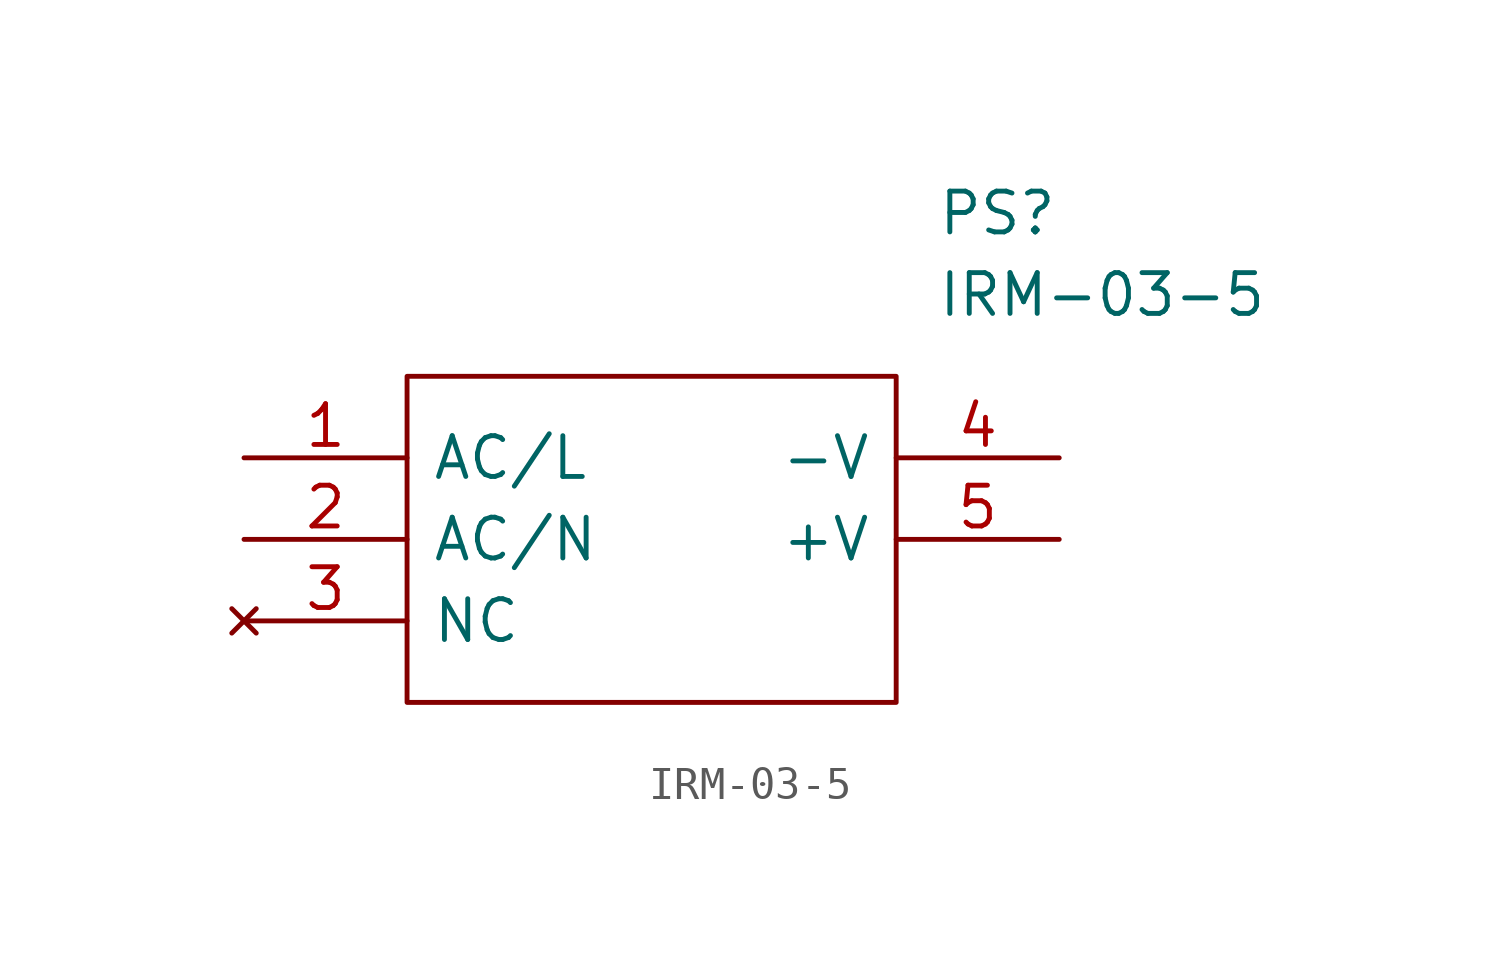
<source format=kicad_sym>
(kicad_symbol_lib
  (version 20211014)
  (generator kicad_symbol_editor)
  (symbol "IRM-03-5"
    (pin_names
      (offset 0.762))
    (property "Reference" "PS"
      (at 21.59 7.62 0)
      (effects (font (size 1.27 1.27)) (justify left)))
    (property "Value" "IRM-03-5"
      (at 21.59 5.08 0)
      (effects (font (size 1.27 1.27)) (justify left)))
    (symbol "IRM-03-5_0_0"
      (pin passive line (at 0 0 0) (length 5.08) (name "AC/L" (effects (font (size 1.27 1.27)))) (number "1" (effects (font (size 1.27 1.27)))))
      (pin passive line (at 0 -2.54 0) (length 5.08) (name "AC/N" (effects (font (size 1.27 1.27)))) (number "2" (effects (font (size 1.27 1.27)))))
      (pin no_connect line (at 0 -5.08 0) (length 5.08) (name "NC" (effects (font (size 1.27 1.27)))) (number "3" (effects (font (size 1.27 1.27)))))
      (pin passive line (at 25.4 0 180) (length 5.08) (name "-V" (effects (font (size 1.27 1.27)))) (number "4" (effects (font (size 1.27 1.27)))))
      (pin passive line (at 25.4 -2.54 180) (length 5.08) (name "+V" (effects (font (size 1.27 1.27)))) (number "5" (effects (font (size 1.27 1.27))))))
    (symbol "IRM-03-5_0_1"
      (polyline (pts (xy 5.08 2.54) (xy 20.32 2.54) (xy 20.32 -7.62) (xy 5.08 -7.62) (xy 5.08 2.54)) (stroke (width 0.152) (type default) (color 0 0 0 0)) (fill (type none))))))
</source>
